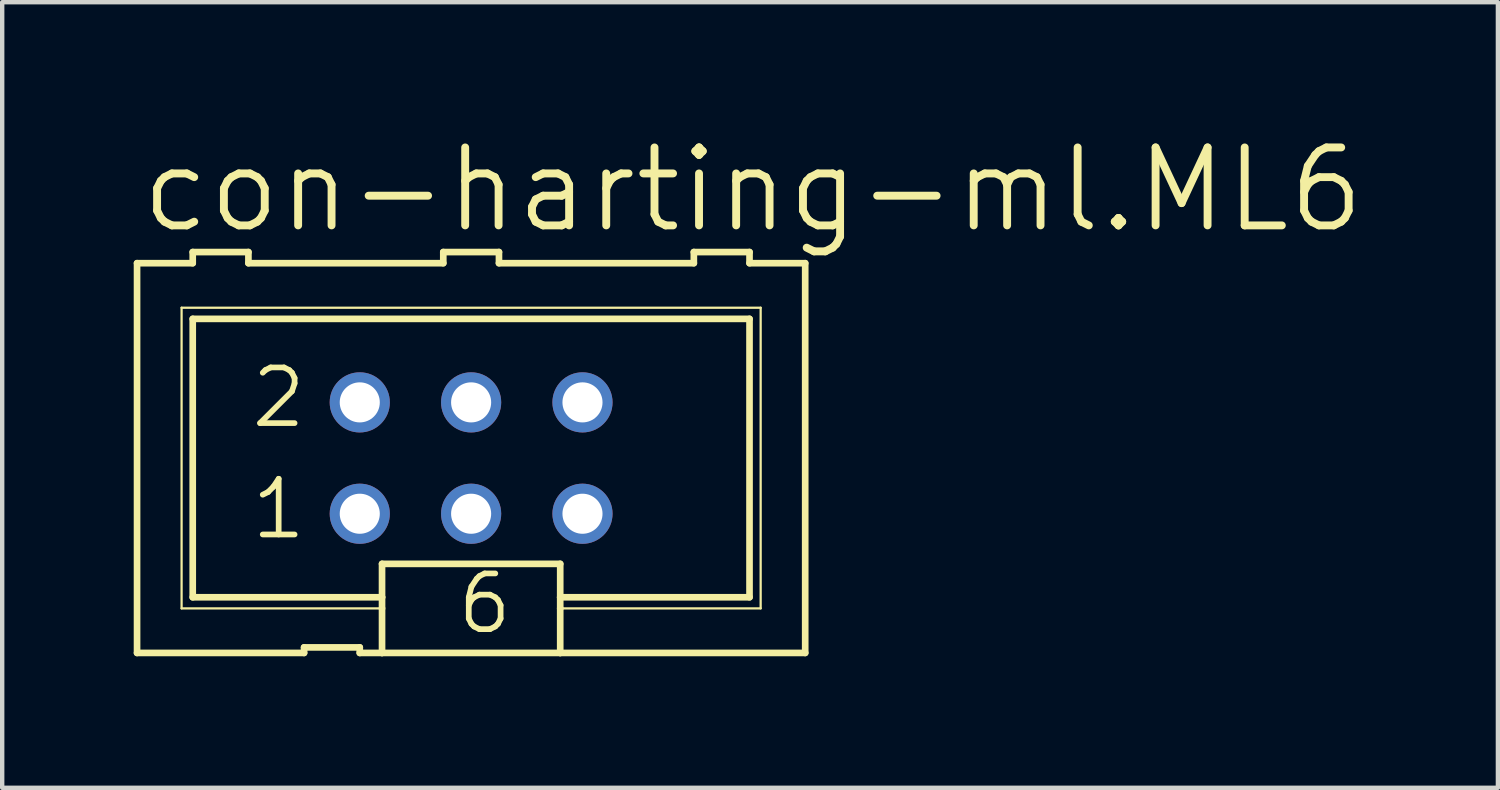
<source format=kicad_pcb>
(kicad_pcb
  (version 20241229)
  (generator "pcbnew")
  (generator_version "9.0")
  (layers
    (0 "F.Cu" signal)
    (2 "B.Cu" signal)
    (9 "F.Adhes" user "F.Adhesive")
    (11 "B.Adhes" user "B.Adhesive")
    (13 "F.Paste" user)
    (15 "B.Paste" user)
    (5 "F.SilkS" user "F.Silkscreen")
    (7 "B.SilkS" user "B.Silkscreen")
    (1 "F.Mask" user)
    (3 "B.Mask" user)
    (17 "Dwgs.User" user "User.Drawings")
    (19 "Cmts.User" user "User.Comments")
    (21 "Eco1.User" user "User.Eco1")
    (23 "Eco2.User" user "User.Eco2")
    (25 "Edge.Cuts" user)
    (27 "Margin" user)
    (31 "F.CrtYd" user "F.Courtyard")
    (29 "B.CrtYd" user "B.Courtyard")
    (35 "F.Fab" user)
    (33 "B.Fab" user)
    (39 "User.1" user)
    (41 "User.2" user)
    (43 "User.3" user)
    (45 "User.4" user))
  (footprint "con-harting-ml.ML6"
    (layer "F.Cu")
    (at 7.696 7.398)
    (property "Reference" "con-harting-ml.ML6" (at -7.62 -5.08 0) (layer "F.SilkS") (effects (font (size 1.778 1.778) (thickness 0.18)) (justify left bottom)))
    (attr through_hole)
    (fp_line (start -7.62 -4.445) (end -7.62 4.445) (stroke (width 0.152) (type default)) (layer "F.SilkS"))
    (fp_line (start -7.62 -4.445) (end -6.35 -4.445) (stroke (width 0.152) (type default)) (layer "F.SilkS"))
    (fp_line (start -6.604 -3.429) (end -6.604 3.429) (stroke (width 0.051) (type default)) (layer "F.SilkS"))
    (fp_line (start -6.604 3.429) (end -2.032 3.429) (stroke (width 0.051) (type default)) (layer "F.SilkS"))
    (fp_line (start -6.35 -4.699) (end -6.35 -4.445) (stroke (width 0.152) (type default)) (layer "F.SilkS"))
    (fp_line (start -6.35 -3.175) (end -6.35 3.175) (stroke (width 0.152) (type default)) (layer "F.SilkS"))
    (fp_line (start -6.35 -3.175) (end 6.35 -3.175) (stroke (width 0.152) (type default)) (layer "F.SilkS"))
    (fp_line (start -5.08 -4.699) (end -6.35 -4.699) (stroke (width 0.152) (type default)) (layer "F.SilkS"))
    (fp_line (start -5.08 -4.699) (end -5.08 -4.445) (stroke (width 0.152) (type default)) (layer "F.SilkS"))
    (fp_line (start -5.08 -4.445) (end -0.635 -4.445) (stroke (width 0.152) (type default)) (layer "F.SilkS"))
    (fp_line (start -3.81 4.445) (end -7.62 4.445) (stroke (width 0.152) (type default)) (layer "F.SilkS"))
    (fp_line (start -3.81 4.445) (end -3.81 4.318) (stroke (width 0.152) (type default)) (layer "F.SilkS"))
    (fp_line (start -2.54 4.318) (end -3.81 4.318) (stroke (width 0.152) (type default)) (layer "F.SilkS"))
    (fp_line (start -2.54 4.318) (end -2.54 4.445) (stroke (width 0.152) (type default)) (layer "F.SilkS"))
    (fp_line (start -2.032 3.175) (end -6.35 3.175) (stroke (width 0.152) (type default)) (layer "F.SilkS"))
    (fp_line (start -2.032 3.175) (end -2.032 2.413) (stroke (width 0.152) (type default)) (layer "F.SilkS"))
    (fp_line (start -2.032 3.175) (end -2.032 3.429) (stroke (width 0.152) (type default)) (layer "F.SilkS"))
    (fp_line (start -2.032 3.429) (end -2.032 4.445) (stroke (width 0.152) (type default)) (layer "F.SilkS"))
    (fp_line (start -2.032 4.445) (end -2.54 4.445) (stroke (width 0.152) (type default)) (layer "F.SilkS"))
    (fp_line (start -0.635 -4.699) (end -0.635 -4.445) (stroke (width 0.152) (type default)) (layer "F.SilkS"))
    (fp_line (start 0.635 -4.699) (end -0.635 -4.699) (stroke (width 0.152) (type default)) (layer "F.SilkS"))
    (fp_line (start 0.635 -4.699) (end 0.635 -4.445) (stroke (width 0.152) (type default)) (layer "F.SilkS"))
    (fp_line (start 0.635 -4.445) (end 5.08 -4.445) (stroke (width 0.152) (type default)) (layer "F.SilkS"))
    (fp_line (start 2.032 2.413) (end -2.032 2.413) (stroke (width 0.152) (type default)) (layer "F.SilkS"))
    (fp_line (start 2.032 2.413) (end 2.032 3.175) (stroke (width 0.152) (type default)) (layer "F.SilkS"))
    (fp_line (start 2.032 3.175) (end 2.032 3.429) (stroke (width 0.152) (type default)) (layer "F.SilkS"))
    (fp_line (start 2.032 3.429) (end 2.032 4.445) (stroke (width 0.152) (type default)) (layer "F.SilkS"))
    (fp_line (start 2.032 3.429) (end 6.604 3.429) (stroke (width 0.051) (type default)) (layer "F.SilkS"))
    (fp_line (start 2.032 4.445) (end -2.032 4.445) (stroke (width 0.152) (type default)) (layer "F.SilkS"))
    (fp_line (start 5.08 -4.445) (end 5.08 -4.699) (stroke (width 0.152) (type default)) (layer "F.SilkS"))
    (fp_line (start 6.35 -4.699) (end 5.08 -4.699) (stroke (width 0.152) (type default)) (layer "F.SilkS"))
    (fp_line (start 6.35 -4.445) (end 6.35 -4.699) (stroke (width 0.152) (type default)) (layer "F.SilkS"))
    (fp_line (start 6.35 -4.445) (end 7.62 -4.445) (stroke (width 0.152) (type default)) (layer "F.SilkS"))
    (fp_line (start 6.35 3.175) (end 2.032 3.175) (stroke (width 0.152) (type default)) (layer "F.SilkS"))
    (fp_line (start 6.35 3.175) (end 6.35 -3.175) (stroke (width 0.152) (type default)) (layer "F.SilkS"))
    (fp_line (start 6.604 -3.429) (end -6.604 -3.429) (stroke (width 0.051) (type default)) (layer "F.SilkS"))
    (fp_line (start 6.604 3.429) (end 6.604 -3.429) (stroke (width 0.051) (type default)) (layer "F.SilkS"))
    (fp_line (start 7.62 4.445) (end 2.032 4.445) (stroke (width 0.152) (type default)) (layer "F.SilkS"))
    (fp_line (start 7.62 4.445) (end 7.62 -4.445) (stroke (width 0.152) (type default)) (layer "F.SilkS"))
    (fp_rect (start -2.794 -1.016) (end -2.286 -1.524) (stroke (width 0.05) (type default)) (fill no) (layer "F.Fab"))
    (fp_rect (start -2.794 1.524) (end -2.286 1.016) (stroke (width 0.05) (type default)) (fill no) (layer "F.Fab"))
    (fp_rect (start -0.254 -1.016) (end 0.254 -1.524) (stroke (width 0.05) (type default)) (fill no) (layer "F.Fab"))
    (fp_rect (start -0.254 1.524) (end 0.254 1.016) (stroke (width 0.05) (type default)) (fill no) (layer "F.Fab"))
    (fp_rect (start 2.286 -1.016) (end 2.794 -1.524) (stroke (width 0.05) (type default)) (fill no) (layer "F.Fab"))
    (fp_rect (start 2.286 1.524) (end 2.794 1.016) (stroke (width 0.05) (type default)) (fill no) (layer "F.Fab"))
    (fp_text user "6" (at -0.381 4.064 0) (layer "F.SilkS") (effects (font (size 1.27 1.27) (thickness 0.13)) (justify left bottom)))
    (fp_text user "2" (at -5.08 -0.635 0) (layer "F.SilkS") (effects (font (size 1.27 1.27) (thickness 0.13)) (justify left bottom)))
    (fp_text user "1" (at -5.08 1.905 0) (layer "F.SilkS") (effects (font (size 1.27 1.27) (thickness 0.13)) (justify left bottom)))
    (pad "1" thru_hole circle (at -2.54 1.27) (size 1.372 1.372) (drill 0.914) (layers "*.Cu" "*.Mask"))
    (pad "2" thru_hole circle (at -2.54 -1.27) (size 1.372 1.372) (drill 0.914) (layers "*.Cu" "*.Mask"))
    (pad "3" thru_hole circle (at 0 1.27) (size 1.372 1.372) (drill 0.914) (layers "*.Cu" "*.Mask"))
    (pad "4" thru_hole circle (at 0 -1.27) (size 1.372 1.372) (drill 0.914) (layers "*.Cu" "*.Mask"))
    (pad "5" thru_hole circle (at 2.54 1.27) (size 1.372 1.372) (drill 0.914) (layers "*.Cu" "*.Mask"))
    (pad "6" thru_hole circle (at 2.54 -1.27) (size 1.372 1.372) (drill 0.914) (layers "*.Cu" "*.Mask")))
  (gr_rect
    (start -3 -3)
    (end 31.116 14.919)
    (stroke (width 0.1) (type default))
    (fill no)
    (layer "Edge.Cuts")))
</source>
